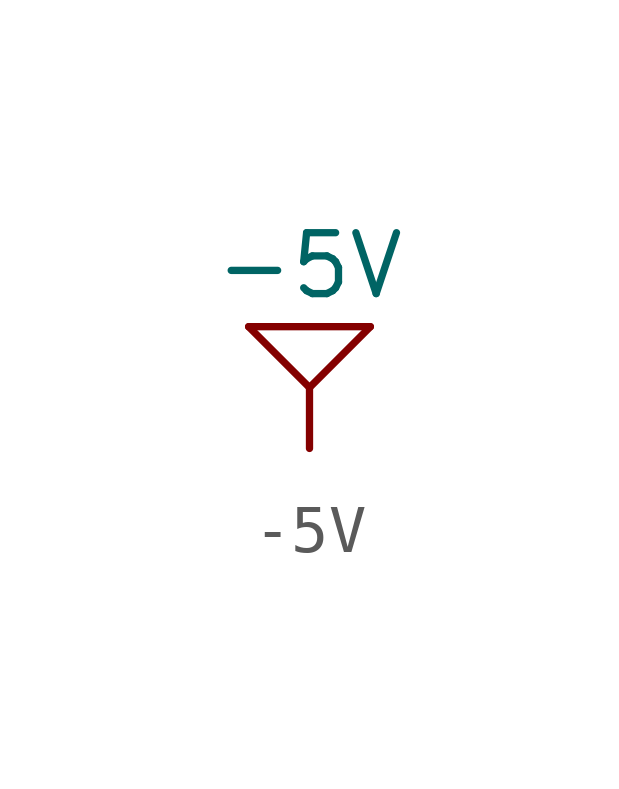
<source format=kicad_sym>
(kicad_symbol_lib
  (version 20211014)
  (generator kicad_symbol_editor)
  (symbol "-5V"
    (power)
    (pin_names
      (offset 0))
    (property "Reference" "#PWR"
      (at 0 -2.54 0)
      (effects (font (size 1.27 1.27)) hide))
    (property "Value" "-5V"
      (at 0 3.81 0)
      (effects (font (size 1.27 1.27))))
    (symbol "-5V_0_1"
      (rectangle (start -1.27 2.54) (end 1.27 2.54) (stroke (width 0) (type default) (color 0 0 0 0)) (fill (type none)))
      (polyline (pts (xy -1.27 2.54) (xy 0 1.27)) (stroke (width 0) (type default) (color 0 0 0 0)) (fill (type none)))
      (polyline (pts (xy 0 0) (xy 0 1.27)) (stroke (width 0) (type default) (color 0 0 0 0)) (fill (type none)))
      (polyline (pts (xy 0 1.27) (xy 1.27 2.54)) (stroke (width 0) (type default) (color 0 0 0 0)) (fill (type none))))
    (symbol "-5V_1_1"
      (pin power_in line (at 0 0 180) (length 0) hide (name "-5V" (effects (font (size 1.27 1.27)))) (number "1" (effects (font (size 1.27 1.27))))))))
</source>
